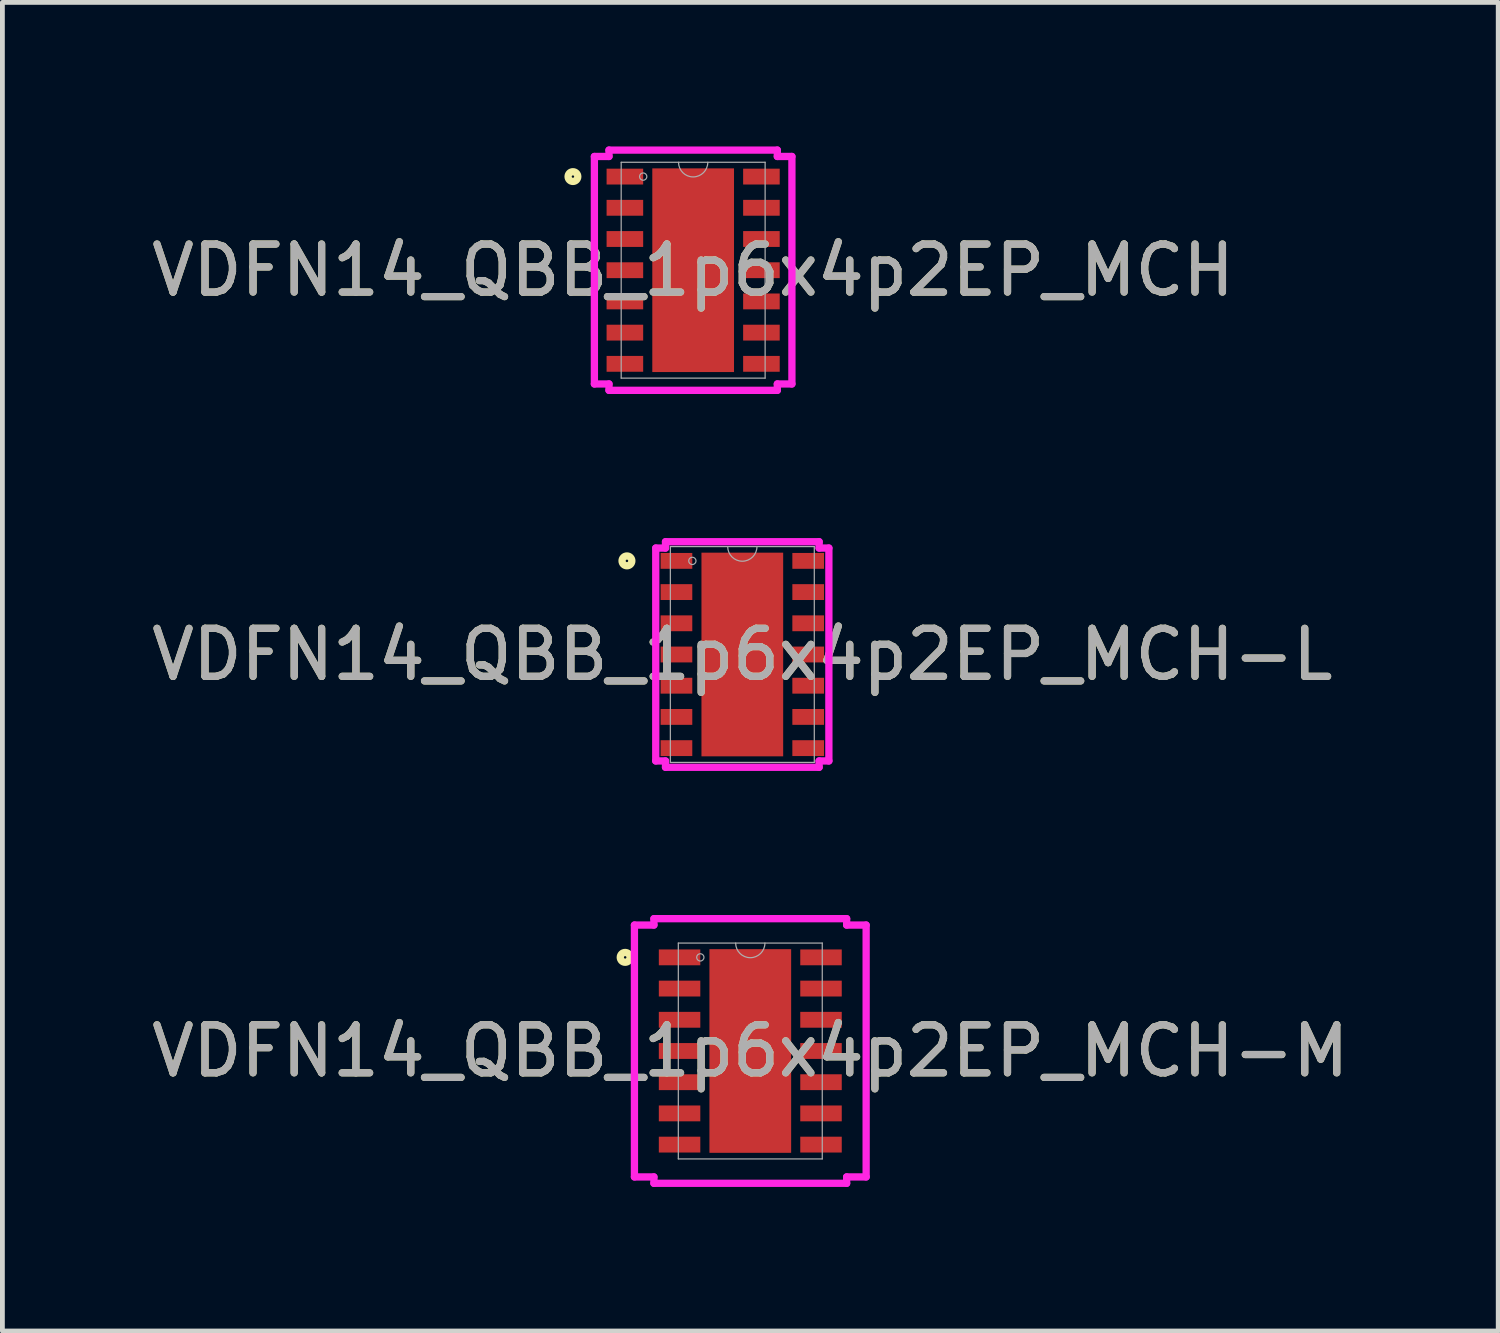
<source format=kicad_pcb>
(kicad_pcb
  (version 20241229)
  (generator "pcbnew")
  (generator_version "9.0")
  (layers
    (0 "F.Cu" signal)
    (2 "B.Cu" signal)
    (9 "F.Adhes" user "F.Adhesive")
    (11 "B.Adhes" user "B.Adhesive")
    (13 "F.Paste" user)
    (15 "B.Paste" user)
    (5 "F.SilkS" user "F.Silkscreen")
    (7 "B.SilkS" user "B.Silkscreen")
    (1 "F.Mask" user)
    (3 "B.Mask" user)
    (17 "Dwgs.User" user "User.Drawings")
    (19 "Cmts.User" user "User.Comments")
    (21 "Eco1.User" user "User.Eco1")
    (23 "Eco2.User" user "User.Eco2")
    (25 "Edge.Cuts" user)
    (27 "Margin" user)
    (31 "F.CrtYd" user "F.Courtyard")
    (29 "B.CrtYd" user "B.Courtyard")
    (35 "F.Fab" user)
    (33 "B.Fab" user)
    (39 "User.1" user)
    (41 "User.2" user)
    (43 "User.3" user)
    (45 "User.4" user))
  (footprint "VDFN14_QBB_1p6x4p2EP_MCH-M"
    (layer "F.Cu")
    (at 12.577 18.84)
    (property "Reference" "VDFN14_QBB_1p6x4p2EP_MCH-M" (at 0 0 0) (unlocked yes) (layer "F.SilkS") (effects (font (size 1 1) (thickness 0.15))))
    (attr smd)
    (fp_circle (center -2.606 -1.95) (end -2.504 -1.95) (stroke (width 0.152) (type solid)) (fill no) (layer "F.SilkS"))
    (fp_poly (pts (xy -0.751 -2.021) (xy -0.751 -0.807) (xy 0.751 -0.807) (xy 0.751 -2.021)) (stroke (width 0) (type solid)) (fill yes) (layer "F.Paste"))
    (fp_poly (pts (xy -0.751 -0.607) (xy -0.751 0.607) (xy 0.751 0.607) (xy 0.751 -0.607)) (stroke (width 0) (type solid)) (fill yes) (layer "F.Paste"))
    (fp_poly (pts (xy -0.751 0.807) (xy -0.751 2.021) (xy 0.751 2.021) (xy 0.751 0.807)) (stroke (width 0) (type solid)) (fill yes) (layer "F.Paste"))
    (fp_line (start -2.413 -2.623) (end -2.007 -2.623) (stroke (width 0.152) (type solid)) (layer "F.CrtYd"))
    (fp_line (start -2.413 2.623) (end -2.413 -2.623) (stroke (width 0.152) (type solid)) (layer "F.CrtYd"))
    (fp_line (start -2.413 2.623) (end -2.007 2.623) (stroke (width 0.152) (type solid)) (layer "F.CrtYd"))
    (fp_line (start -2.007 -2.756) (end 2.007 -2.756) (stroke (width 0.152) (type solid)) (layer "F.CrtYd"))
    (fp_line (start -2.007 -2.623) (end -2.007 -2.756) (stroke (width 0.152) (type solid)) (layer "F.CrtYd"))
    (fp_line (start -2.007 2.756) (end -2.007 2.623) (stroke (width 0.152) (type solid)) (layer "F.CrtYd"))
    (fp_line (start 2.007 -2.756) (end 2.007 -2.623) (stroke (width 0.152) (type solid)) (layer "F.CrtYd"))
    (fp_line (start 2.007 2.623) (end 2.007 2.756) (stroke (width 0.152) (type solid)) (layer "F.CrtYd"))
    (fp_line (start 2.007 2.756) (end -2.007 2.756) (stroke (width 0.152) (type solid)) (layer "F.CrtYd"))
    (fp_line (start 2.413 -2.623) (end 2.007 -2.623) (stroke (width 0.152) (type solid)) (layer "F.CrtYd"))
    (fp_line (start 2.413 -2.623) (end 2.413 2.623) (stroke (width 0.152) (type solid)) (layer "F.CrtYd"))
    (fp_line (start 2.413 2.623) (end 2.007 2.623) (stroke (width 0.152) (type solid)) (layer "F.CrtYd"))
    (fp_line (start -1.499 -2.248) (end -1.499 2.248) (stroke (width 0.025) (type solid)) (layer "F.Fab"))
    (fp_line (start -1.499 2.248) (end 1.499 2.248) (stroke (width 0.025) (type solid)) (layer "F.Fab"))
    (fp_line (start 1.499 -2.248) (end -1.499 -2.248) (stroke (width 0.025) (type solid)) (layer "F.Fab"))
    (fp_line (start 1.499 2.248) (end 1.499 -2.248) (stroke (width 0.025) (type solid)) (layer "F.Fab"))
    (fp_arc (start 0.3048 -2.2479) (mid 0 -1.9431) (end -0.3048 -2.2479) (stroke (width 0.0254) (type solid)) (layer "F.Fab"))
    (fp_circle (center -1.041 -1.95) (end -0.965 -1.95) (stroke (width 0.025) (type solid)) (fill no) (layer "F.Fab"))
    (fp_text user "${REFERENCE}" (at 0 0 0) (unlocked yes) (layer "F.Fab") (effects (font (size 1 1) (thickness 0.15))))
    (pad "1" smd rect (at -1.473 -1.95) (size 0.864 0.33) (layers "F.Cu" "F.Mask" "F.Paste"))
    (pad "2" smd rect (at -1.473 -1.3) (size 0.864 0.33) (layers "F.Cu" "F.Mask" "F.Paste"))
    (pad "3" smd rect (at -1.473 -0.65) (size 0.864 0.33) (layers "F.Cu" "F.Mask" "F.Paste"))
    (pad "4" smd rect (at -1.473 0) (size 0.864 0.33) (layers "F.Cu" "F.Mask" "F.Paste"))
    (pad "5" smd rect (at -1.473 0.65) (size 0.864 0.33) (layers "F.Cu" "F.Mask" "F.Paste"))
    (pad "6" smd rect (at -1.473 1.3) (size 0.864 0.33) (layers "F.Cu" "F.Mask" "F.Paste"))
    (pad "7" smd rect (at -1.473 1.95) (size 0.864 0.33) (layers "F.Cu" "F.Mask" "F.Paste"))
    (pad "8" smd rect (at 1.473 1.95) (size 0.864 0.33) (layers "F.Cu" "F.Mask" "F.Paste"))
    (pad "9" smd rect (at 1.473 1.3) (size 0.864 0.33) (layers "F.Cu" "F.Mask" "F.Paste"))
    (pad "10" smd rect (at 1.473 0.65) (size 0.864 0.33) (layers "F.Cu" "F.Mask" "F.Paste"))
    (pad "11" smd rect (at 1.473 0) (size 0.864 0.33) (layers "F.Cu" "F.Mask" "F.Paste"))
    (pad "12" smd rect (at 1.473 -0.65) (size 0.864 0.33) (layers "F.Cu" "F.Mask" "F.Paste"))
    (pad "13" smd rect (at 1.473 -1.3) (size 0.864 0.33) (layers "F.Cu" "F.Mask" "F.Paste"))
    (pad "14" smd rect (at 1.473 -1.95) (size 0.864 0.33) (layers "F.Cu" "F.Mask" "F.Paste"))
    (pad "15" smd rect (at 0 0) (size 1.702 4.242) (layers "F.Cu" "F.Mask" "F.Paste")))
  (footprint "VDFN14_QBB_1p6x4p2EP_MCH-L"
    (layer "F.Cu")
    (at 12.411 10.582)
    (property "Reference" "VDFN14_QBB_1p6x4p2EP_MCH-L" (at 0 0 0) (unlocked yes) (layer "F.SilkS") (effects (font (size 1 1) (thickness 0.15))))
    (attr smd)
    (fp_circle (center -2.403 -1.95) (end -2.301 -1.95) (stroke (width 0.152) (type solid)) (fill no) (layer "F.SilkS"))
    (fp_poly (pts (xy -0.751 -2.021) (xy -0.751 -0.807) (xy 0.751 -0.807) (xy 0.751 -2.021)) (stroke (width 0) (type solid)) (fill yes) (layer "F.Paste"))
    (fp_poly (pts (xy -0.751 -0.607) (xy -0.751 0.607) (xy 0.751 0.607) (xy 0.751 -0.607)) (stroke (width 0) (type solid)) (fill yes) (layer "F.Paste"))
    (fp_poly (pts (xy -0.751 0.807) (xy -0.751 2.021) (xy 0.751 2.021) (xy 0.751 0.807)) (stroke (width 0) (type solid)) (fill yes) (layer "F.Paste"))
    (fp_line (start -1.803 -2.217) (end -1.6 -2.217) (stroke (width 0.152) (type solid)) (layer "F.CrtYd"))
    (fp_line (start -1.803 2.217) (end -1.803 -2.217) (stroke (width 0.152) (type solid)) (layer "F.CrtYd"))
    (fp_line (start -1.803 2.217) (end -1.6 2.217) (stroke (width 0.152) (type solid)) (layer "F.CrtYd"))
    (fp_line (start -1.6 -2.349) (end 1.6 -2.349) (stroke (width 0.152) (type solid)) (layer "F.CrtYd"))
    (fp_line (start -1.6 -2.217) (end -1.6 -2.349) (stroke (width 0.152) (type solid)) (layer "F.CrtYd"))
    (fp_line (start -1.6 2.349) (end -1.6 2.217) (stroke (width 0.152) (type solid)) (layer "F.CrtYd"))
    (fp_line (start 1.6 -2.349) (end 1.6 -2.217) (stroke (width 0.152) (type solid)) (layer "F.CrtYd"))
    (fp_line (start 1.6 2.217) (end 1.6 2.349) (stroke (width 0.152) (type solid)) (layer "F.CrtYd"))
    (fp_line (start 1.6 2.349) (end -1.6 2.349) (stroke (width 0.152) (type solid)) (layer "F.CrtYd"))
    (fp_line (start 1.803 -2.217) (end 1.6 -2.217) (stroke (width 0.152) (type solid)) (layer "F.CrtYd"))
    (fp_line (start 1.803 -2.217) (end 1.803 2.217) (stroke (width 0.152) (type solid)) (layer "F.CrtYd"))
    (fp_line (start 1.803 2.217) (end 1.6 2.217) (stroke (width 0.152) (type solid)) (layer "F.CrtYd"))
    (fp_line (start -1.499 -2.248) (end -1.499 2.248) (stroke (width 0.025) (type solid)) (layer "F.Fab"))
    (fp_line (start -1.499 2.248) (end 1.499 2.248) (stroke (width 0.025) (type solid)) (layer "F.Fab"))
    (fp_line (start 1.499 -2.248) (end -1.499 -2.248) (stroke (width 0.025) (type solid)) (layer "F.Fab"))
    (fp_line (start 1.499 2.248) (end 1.499 -2.248) (stroke (width 0.025) (type solid)) (layer "F.Fab"))
    (fp_arc (start 0.3048 -2.2479) (mid 0 -1.9431) (end -0.3048 -2.2479) (stroke (width 0.0254) (type solid)) (layer "F.Fab"))
    (fp_circle (center -1.041 -1.95) (end -0.965 -1.95) (stroke (width 0.025) (type solid)) (fill no) (layer "F.Fab"))
    (fp_text user "${REFERENCE}" (at 0 0 0) (unlocked yes) (layer "F.Fab") (effects (font (size 1 1) (thickness 0.15))))
    (pad "1" smd rect (at -1.372 -1.95) (size 0.66 0.33) (layers "F.Cu" "F.Mask" "F.Paste"))
    (pad "2" smd rect (at -1.372 -1.3) (size 0.66 0.33) (layers "F.Cu" "F.Mask" "F.Paste"))
    (pad "3" smd rect (at -1.372 -0.65) (size 0.66 0.33) (layers "F.Cu" "F.Mask" "F.Paste"))
    (pad "4" smd rect (at -1.372 0) (size 0.66 0.33) (layers "F.Cu" "F.Mask" "F.Paste"))
    (pad "5" smd rect (at -1.372 0.65) (size 0.66 0.33) (layers "F.Cu" "F.Mask" "F.Paste"))
    (pad "6" smd rect (at -1.372 1.3) (size 0.66 0.33) (layers "F.Cu" "F.Mask" "F.Paste"))
    (pad "7" smd rect (at -1.372 1.95) (size 0.66 0.33) (layers "F.Cu" "F.Mask" "F.Paste"))
    (pad "8" smd rect (at 1.372 1.95) (size 0.66 0.33) (layers "F.Cu" "F.Mask" "F.Paste"))
    (pad "9" smd rect (at 1.372 1.3) (size 0.66 0.33) (layers "F.Cu" "F.Mask" "F.Paste"))
    (pad "10" smd rect (at 1.372 0.65) (size 0.66 0.33) (layers "F.Cu" "F.Mask" "F.Paste"))
    (pad "11" smd rect (at 1.372 0) (size 0.66 0.33) (layers "F.Cu" "F.Mask" "F.Paste"))
    (pad "12" smd rect (at 1.372 -0.65) (size 0.66 0.33) (layers "F.Cu" "F.Mask" "F.Paste"))
    (pad "13" smd rect (at 1.372 -1.3) (size 0.66 0.33) (layers "F.Cu" "F.Mask" "F.Paste"))
    (pad "14" smd rect (at 1.372 -1.95) (size 0.66 0.33) (layers "F.Cu" "F.Mask" "F.Paste"))
    (pad "15" smd rect (at 0 0) (size 1.702 4.242) (layers "F.Cu" "F.Mask" "F.Paste")))
  (footprint "VDFN14_QBB_1p6x4p2EP_MCH"
    (layer "F.Cu")
    (at 11.387 2.578)
    (property "Reference" "VDFN14_QBB_1p6x4p2EP_MCH" (at 0 0 0) (unlocked yes) (layer "F.SilkS") (effects (font (size 1 1) (thickness 0.15))))
    (attr smd)
    (fp_circle (center -2.504 -1.95) (end -2.403 -1.95) (stroke (width 0.152) (type solid)) (fill no) (layer "F.SilkS"))
    (fp_poly (pts (xy -0.751 -2.021) (xy -0.751 -0.807) (xy 0.751 -0.807) (xy 0.751 -2.021)) (stroke (width 0) (type solid)) (fill yes) (layer "F.Paste"))
    (fp_poly (pts (xy -0.751 -0.607) (xy -0.751 0.607) (xy 0.751 0.607) (xy 0.751 -0.607)) (stroke (width 0) (type solid)) (fill yes) (layer "F.Paste"))
    (fp_poly (pts (xy -0.751 0.807) (xy -0.751 2.021) (xy 0.751 2.021) (xy 0.751 0.807)) (stroke (width 0) (type solid)) (fill yes) (layer "F.Paste"))
    (fp_line (start -2.057 -2.369) (end -1.753 -2.369) (stroke (width 0.152) (type solid)) (layer "F.CrtYd"))
    (fp_line (start -2.057 2.369) (end -2.057 -2.369) (stroke (width 0.152) (type solid)) (layer "F.CrtYd"))
    (fp_line (start -2.057 2.369) (end -1.753 2.369) (stroke (width 0.152) (type solid)) (layer "F.CrtYd"))
    (fp_line (start -1.753 -2.502) (end 1.753 -2.502) (stroke (width 0.152) (type solid)) (layer "F.CrtYd"))
    (fp_line (start -1.753 -2.369) (end -1.753 -2.502) (stroke (width 0.152) (type solid)) (layer "F.CrtYd"))
    (fp_line (start -1.753 2.502) (end -1.753 2.369) (stroke (width 0.152) (type solid)) (layer "F.CrtYd"))
    (fp_line (start 1.753 -2.502) (end 1.753 -2.369) (stroke (width 0.152) (type solid)) (layer "F.CrtYd"))
    (fp_line (start 1.753 2.369) (end 1.753 2.502) (stroke (width 0.152) (type solid)) (layer "F.CrtYd"))
    (fp_line (start 1.753 2.502) (end -1.753 2.502) (stroke (width 0.152) (type solid)) (layer "F.CrtYd"))
    (fp_line (start 2.057 -2.369) (end 1.753 -2.369) (stroke (width 0.152) (type solid)) (layer "F.CrtYd"))
    (fp_line (start 2.057 -2.369) (end 2.057 2.369) (stroke (width 0.152) (type solid)) (layer "F.CrtYd"))
    (fp_line (start 2.057 2.369) (end 1.753 2.369) (stroke (width 0.152) (type solid)) (layer "F.CrtYd"))
    (fp_line (start -1.499 -2.248) (end -1.499 2.248) (stroke (width 0.025) (type solid)) (layer "F.Fab"))
    (fp_line (start -1.499 2.248) (end 1.499 2.248) (stroke (width 0.025) (type solid)) (layer "F.Fab"))
    (fp_line (start 1.499 -2.248) (end -1.499 -2.248) (stroke (width 0.025) (type solid)) (layer "F.Fab"))
    (fp_line (start 1.499 2.248) (end 1.499 -2.248) (stroke (width 0.025) (type solid)) (layer "F.Fab"))
    (fp_arc (start 0.3048 -2.2479) (mid 0 -1.9431) (end -0.3048 -2.2479) (stroke (width 0.0254) (type solid)) (layer "F.Fab"))
    (fp_circle (center -1.041 -1.95) (end -0.965 -1.95) (stroke (width 0.025) (type solid)) (fill no) (layer "F.Fab"))
    (fp_text user "${REFERENCE}" (at 0 0 0) (unlocked yes) (layer "F.Fab") (effects (font (size 1 1) (thickness 0.15))))
    (pad "1" smd rect (at -1.422 -1.95) (size 0.762 0.33) (layers "F.Cu" "F.Mask" "F.Paste"))
    (pad "2" smd rect (at -1.422 -1.3) (size 0.762 0.33) (layers "F.Cu" "F.Mask" "F.Paste"))
    (pad "3" smd rect (at -1.422 -0.65) (size 0.762 0.33) (layers "F.Cu" "F.Mask" "F.Paste"))
    (pad "4" smd rect (at -1.422 0) (size 0.762 0.33) (layers "F.Cu" "F.Mask" "F.Paste"))
    (pad "5" smd rect (at -1.422 0.65) (size 0.762 0.33) (layers "F.Cu" "F.Mask" "F.Paste"))
    (pad "6" smd rect (at -1.422 1.3) (size 0.762 0.33) (layers "F.Cu" "F.Mask" "F.Paste"))
    (pad "7" smd rect (at -1.422 1.95) (size 0.762 0.33) (layers "F.Cu" "F.Mask" "F.Paste"))
    (pad "8" smd rect (at 1.422 1.95) (size 0.762 0.33) (layers "F.Cu" "F.Mask" "F.Paste"))
    (pad "9" smd rect (at 1.422 1.3) (size 0.762 0.33) (layers "F.Cu" "F.Mask" "F.Paste"))
    (pad "10" smd rect (at 1.422 0.65) (size 0.762 0.33) (layers "F.Cu" "F.Mask" "F.Paste"))
    (pad "11" smd rect (at 1.422 0) (size 0.762 0.33) (layers "F.Cu" "F.Mask" "F.Paste"))
    (pad "12" smd rect (at 1.422 -0.65) (size 0.762 0.33) (layers "F.Cu" "F.Mask" "F.Paste"))
    (pad "13" smd rect (at 1.422 -1.3) (size 0.762 0.33) (layers "F.Cu" "F.Mask" "F.Paste"))
    (pad "14" smd rect (at 1.422 -1.95) (size 0.762 0.33) (layers "F.Cu" "F.Mask" "F.Paste"))
    (pad "15" smd rect (at 0 0) (size 1.702 4.242) (layers "F.Cu" "F.Mask" "F.Paste")))
  (gr_rect
    (start -3 -3)
    (end 28.155 24.672)
    (stroke (width 0.1) (type default))
    (fill no)
    (layer "Edge.Cuts")))
</source>
